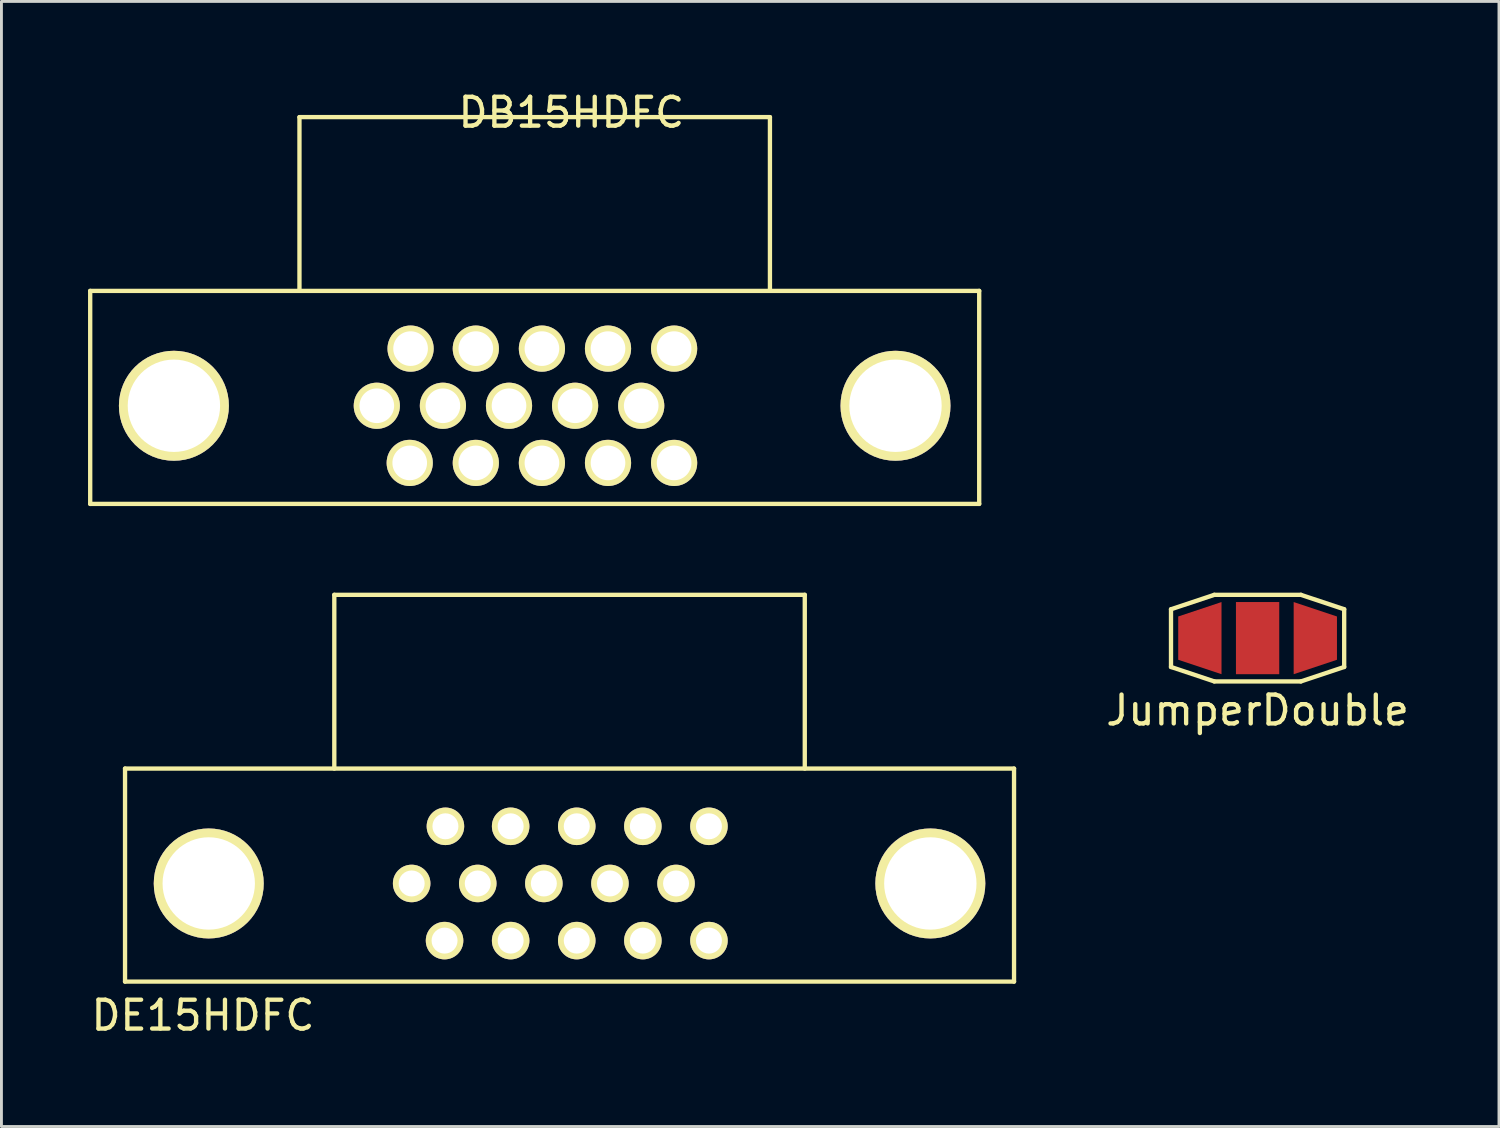
<source format=kicad_pcb>
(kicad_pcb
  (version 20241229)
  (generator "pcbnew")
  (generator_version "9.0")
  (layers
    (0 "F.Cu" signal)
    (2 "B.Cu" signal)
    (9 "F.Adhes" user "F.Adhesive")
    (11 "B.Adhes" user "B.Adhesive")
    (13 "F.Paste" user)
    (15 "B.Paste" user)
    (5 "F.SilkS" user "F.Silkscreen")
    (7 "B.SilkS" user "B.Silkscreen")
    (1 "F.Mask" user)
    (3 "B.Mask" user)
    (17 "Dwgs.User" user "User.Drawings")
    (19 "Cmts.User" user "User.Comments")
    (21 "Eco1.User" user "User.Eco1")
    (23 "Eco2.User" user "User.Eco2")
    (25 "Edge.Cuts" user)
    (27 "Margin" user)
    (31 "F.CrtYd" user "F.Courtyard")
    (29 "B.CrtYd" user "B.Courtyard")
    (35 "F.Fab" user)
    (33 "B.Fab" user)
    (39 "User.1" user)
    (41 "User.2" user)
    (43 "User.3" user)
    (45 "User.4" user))
  (footprint "DB15HDFC"
    (layer "F.Cu")
    (at 15.475 11.008)
    (property "Reference" "DB15HDFC" (at 1.27 -10.16 0) (layer "F.SilkS") (effects (font (size 1 1) (thickness 0.15))))
    (attr through_hole)
    (fp_line (start -15.4 -3.98) (end -15.4 3.4) (stroke (width 0.15) (type solid)) (layer "F.SilkS"))
    (fp_line (start -15.4 3.4) (end 15.4 3.4) (stroke (width 0.15) (type solid)) (layer "F.SilkS"))
    (fp_line (start -8.15 -10) (end -8.15 -3.98) (stroke (width 0.15) (type solid)) (layer "F.SilkS"))
    (fp_line (start -8.15 -10) (end 8.15 -10) (stroke (width 0.15) (type solid)) (layer "F.SilkS"))
    (fp_line (start 8.15 -10) (end 8.15 -3.98) (stroke (width 0.15) (type solid)) (layer "F.SilkS"))
    (fp_line (start 15.4 -3.98) (end -15.4 -3.98) (stroke (width 0.15) (type solid)) (layer "F.SilkS"))
    (fp_line (start 15.4 -3.98) (end 15.4 3.4) (stroke (width 0.15) (type solid)) (layer "F.SilkS"))
    (pad "" thru_hole circle (at -12.5 0) (size 3.81 3.81) (drill 3.2) (layers "*.Cu" "*.Mask" "F.SilkS"))
    (pad "" thru_hole circle (at 12.5 0) (size 3.81 3.81) (drill 3.2) (layers "*.Cu" "*.Mask" "F.SilkS"))
    (pad "1" thru_hole circle (at -4.33 1.98) (size 1.6 1.6) (drill 1.2) (layers "*.Cu" "*.Mask" "F.SilkS"))
    (pad "2" thru_hole circle (at -2.04 1.98) (size 1.6 1.6) (drill 1.2) (layers "*.Cu" "*.Mask" "F.SilkS"))
    (pad "3" thru_hole circle (at 0.25 1.98) (size 1.6 1.6) (drill 1.2) (layers "*.Cu" "*.Mask" "F.SilkS"))
    (pad "4" thru_hole circle (at 2.54 1.98) (size 1.6 1.6) (drill 1.2) (layers "*.Cu" "*.Mask" "F.SilkS"))
    (pad "5" thru_hole circle (at 4.83 1.98) (size 1.6 1.6) (drill 1.2) (layers "*.Cu" "*.Mask" "F.SilkS"))
    (pad "6" thru_hole circle (at -5.47 0) (size 1.6 1.6) (drill 1.2) (layers "*.Cu" "*.Mask" "F.SilkS"))
    (pad "7" thru_hole circle (at -3.18 0) (size 1.6 1.6) (drill 1.2) (layers "*.Cu" "*.Mask" "F.SilkS"))
    (pad "8" thru_hole circle (at -0.89 0) (size 1.6 1.6) (drill 1.2) (layers "*.Cu" "*.Mask" "F.SilkS"))
    (pad "9" thru_hole circle (at 1.4 0) (size 1.6 1.6) (drill 1.2) (layers "*.Cu" "*.Mask" "F.SilkS"))
    (pad "10" thru_hole circle (at 3.69 0) (size 1.6 1.6) (drill 1.2) (layers "*.Cu" "*.Mask" "F.SilkS"))
    (pad "11" thru_hole circle (at -4.3 -1.98) (size 1.6 1.6) (drill 1.2) (layers "*.Cu" "*.Mask" "F.SilkS"))
    (pad "12" thru_hole circle (at -2.04 -1.98) (size 1.6 1.6) (drill 1.2) (layers "*.Cu" "*.Mask" "F.SilkS"))
    (pad "13" thru_hole circle (at 0.25 -1.98) (size 1.6 1.6) (drill 1.2) (layers "*.Cu" "*.Mask" "F.SilkS"))
    (pad "14" thru_hole circle (at 2.54 -1.98) (size 1.6 1.6) (drill 1.2) (layers "*.Cu" "*.Mask" "F.SilkS"))
    (pad "15" thru_hole circle (at 4.83 -1.98) (size 1.6 1.6) (drill 1.2) (layers "*.Cu" "*.Mask" "F.SilkS")))
  (footprint "DE15HDFC"
    (layer "F.Cu")
    (at 16.682 27.558)
    (property "Reference" "DE15HDFC" (at -12.7 4.572 0) (layer "F.SilkS") (effects (font (size 1 1) (thickness 0.15))))
    (attr through_hole)
    (fp_line (start -15.4 -3.98) (end -15.4 3.4) (stroke (width 0.15) (type solid)) (layer "F.SilkS"))
    (fp_line (start -15.4 3.4) (end 15.4 3.4) (stroke (width 0.15) (type solid)) (layer "F.SilkS"))
    (fp_line (start -8.15 -10) (end -8.15 -3.98) (stroke (width 0.15) (type solid)) (layer "F.SilkS"))
    (fp_line (start -8.15 -10) (end 8.15 -10) (stroke (width 0.15) (type solid)) (layer "F.SilkS"))
    (fp_line (start 8.15 -10) (end 8.15 -3.98) (stroke (width 0.15) (type solid)) (layer "F.SilkS"))
    (fp_line (start 15.4 -3.98) (end -15.4 -3.98) (stroke (width 0.15) (type solid)) (layer "F.SilkS"))
    (fp_line (start 15.4 -3.98) (end 15.4 3.4) (stroke (width 0.15) (type solid)) (layer "F.SilkS"))
    (pad "" thru_hole circle (at -12.5 0) (size 3.81 3.81) (drill 3.2) (layers "*.Cu" "*.Mask" "F.SilkS"))
    (pad "" thru_hole circle (at 12.5 0) (size 3.81 3.81) (drill 3.2) (layers "*.Cu" "*.Mask" "F.SilkS"))
    (pad "1" thru_hole circle (at -4.33 1.98) (size 1.3 1.3) (drill 0.9) (layers "*.Cu" "*.Mask" "F.SilkS"))
    (pad "2" thru_hole circle (at -2.04 1.98) (size 1.3 1.3) (drill 0.9) (layers "*.Cu" "*.Mask" "F.SilkS"))
    (pad "3" thru_hole circle (at 0.25 1.98) (size 1.3 1.3) (drill 0.9) (layers "*.Cu" "*.Mask" "F.SilkS"))
    (pad "4" thru_hole circle (at 2.54 1.98) (size 1.3 1.3) (drill 0.9) (layers "*.Cu" "*.Mask" "F.SilkS"))
    (pad "5" thru_hole circle (at 4.83 1.98) (size 1.3 1.3) (drill 0.9) (layers "*.Cu" "*.Mask" "F.SilkS"))
    (pad "6" thru_hole circle (at -5.47 0) (size 1.3 1.3) (drill 0.9) (layers "*.Cu" "*.Mask" "F.SilkS"))
    (pad "7" thru_hole circle (at -3.18 0) (size 1.3 1.3) (drill 0.9) (layers "*.Cu" "*.Mask" "F.SilkS"))
    (pad "8" thru_hole circle (at -0.89 0) (size 1.3 1.3) (drill 0.9) (layers "*.Cu" "*.Mask" "F.SilkS"))
    (pad "9" thru_hole circle (at 1.4 0) (size 1.3 1.3) (drill 0.9) (layers "*.Cu" "*.Mask" "F.SilkS"))
    (pad "10" thru_hole circle (at 3.69 0) (size 1.3 1.3) (drill 0.9) (layers "*.Cu" "*.Mask" "F.SilkS"))
    (pad "11" thru_hole circle (at -4.3 -1.98) (size 1.3 1.3) (drill 0.9) (layers "*.Cu" "*.Mask" "F.SilkS"))
    (pad "12" thru_hole circle (at -2.04 -1.98) (size 1.3 1.3) (drill 0.9) (layers "*.Cu" "*.Mask" "F.SilkS"))
    (pad "13" thru_hole circle (at 0.25 -1.98) (size 1.3 1.3) (drill 0.9) (layers "*.Cu" "*.Mask" "F.SilkS"))
    (pad "14" thru_hole circle (at 2.54 -1.98) (size 1.3 1.3) (drill 0.9) (layers "*.Cu" "*.Mask" "F.SilkS"))
    (pad "15" thru_hole circle (at 4.83 -1.98) (size 1.3 1.3) (drill 0.9) (layers "*.Cu" "*.Mask" "F.SilkS")))
  (footprint "JumperDouble"
    (layer "F.Cu")
    (at 40.52 19.058)
    (property "Reference" "JumperDouble" (at 0 2.5 0) (layer "F.SilkS") (effects (font (size 1 1) (thickness 0.15))))
    (attr through_hole)
    (fp_line (start -3 -1) (end -1.5 -1.5) (stroke (width 0.15) (type solid)) (layer "F.SilkS"))
    (fp_line (start -3 1) (end -3 -1) (stroke (width 0.15) (type solid)) (layer "F.SilkS"))
    (fp_line (start -1.5 -1.5) (end 1.5 -1.5) (stroke (width 0.15) (type solid)) (layer "F.SilkS"))
    (fp_line (start -1.5 1.5) (end -3 1) (stroke (width 0.15) (type solid)) (layer "F.SilkS"))
    (fp_line (start 1.5 -1.5) (end 3 -1) (stroke (width 0.15) (type solid)) (layer "F.SilkS"))
    (fp_line (start 1.5 1.5) (end -1.5 1.5) (stroke (width 0.15) (type solid)) (layer "F.SilkS"))
    (fp_line (start 3 -1) (end 3 1) (stroke (width 0.15) (type solid)) (layer "F.SilkS"))
    (fp_line (start 3 1) (end 1.5 1.5) (stroke (width 0.15) (type solid)) (layer "F.SilkS"))
    (pad "1" smd trapezoid (at -2 0) (size 1.5 2) (rect_delta -0.5 0) (layers "F.Cu" "F.Mask" "F.Paste"))
    (pad "2" smd rect (at 0 0) (size 1.5 2.5) (layers "F.Cu" "F.Mask" "F.Paste"))
    (pad "3" smd trapezoid (at 2 0) (size 1.5 2) (rect_delta 0.5 0) (layers "F.Cu" "F.Mask" "F.Paste")))
  (gr_rect
    (start -3 -3)
    (end 48.883 35.978)
    (stroke (width 0.1) (type default))
    (fill no)
    (layer "Edge.Cuts")))
</source>
